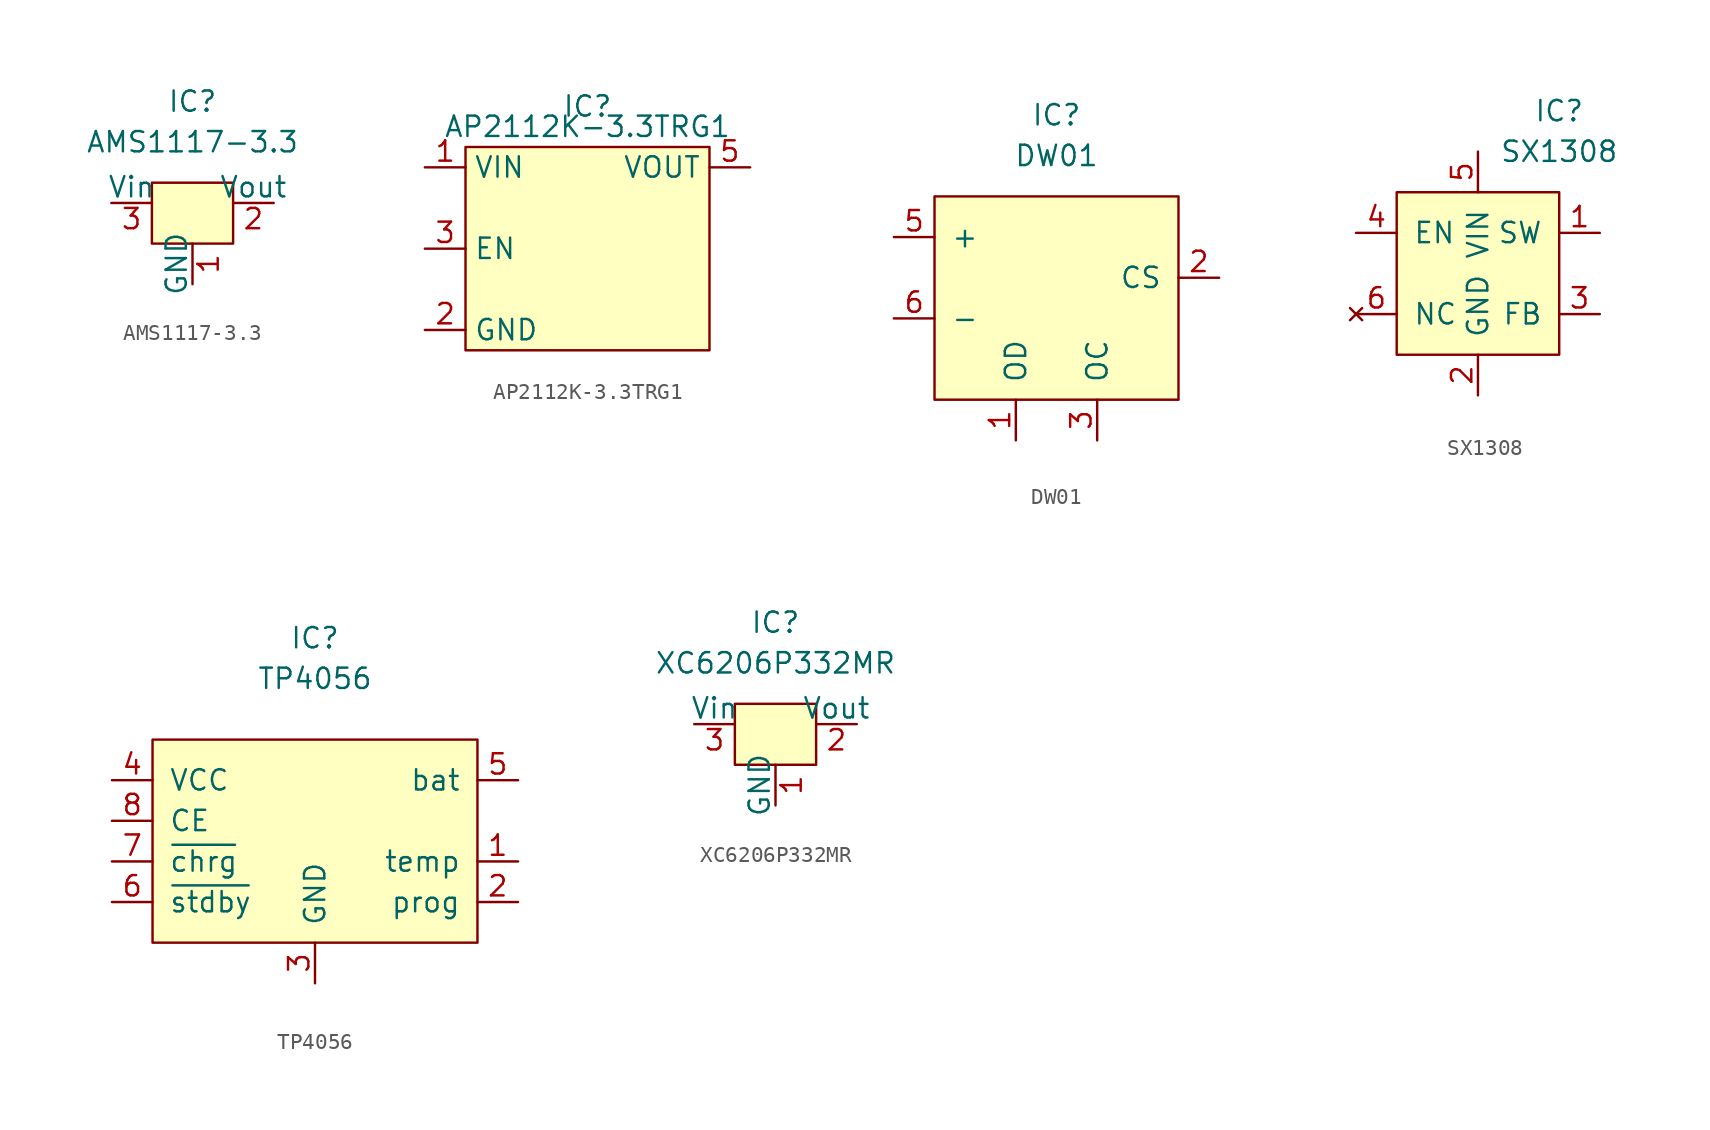
<source format=kicad_sym>
(kicad_symbol_lib
  (version 20220914)
  (generator kicad_symbol_editor)
  (symbol "AMS1117-3.3"
    (pin_names
      (offset 0))
    (property "Reference" "IC"
      (at 0 6.35 0)
      (effects (font (size 1.27 1.27))))
    (property "Value" "AMS1117-3.3"
      (at 0 3.81 0)
      (effects (font (size 1.27 1.27))))
    (symbol "AMS1117-3.3_0_1"
      (rectangle (start -2.54 1.27) (end 2.54 -2.54) (stroke (width 0) (type default)) (fill (type background))))
    (symbol "AMS1117-3.3_1_1"
      (pin power_in line (at 0 -5.08 90) (length 2.54) (name "GND" (effects (font (size 1.27 1.27)))) (number "1" (effects (font (size 1.27 1.27)))))
      (pin power_out line (at 5.08 0 180) (length 2.54) (name "Vout" (effects (font (size 1.27 1.27)))) (number "2" (effects (font (size 1.27 1.27)))))
      (pin power_in line (at -5.08 0 0) (length 2.54) (name "Vin" (effects (font (size 1.27 1.27)))) (number "3" (effects (font (size 1.27 1.27)))))))
  (symbol "AP2112K-3.3TRG1"
    (property "Reference" "IC"
      (at 0 8.89 0)
      (effects (font (size 1.27 1.27))))
    (property "Value" "AP2112K-3.3TRG1"
      (at 0 7.62 0)
      (effects (font (size 1.27 1.27))))
    (symbol "AP2112K-3.3TRG1_1_1"
      (rectangle (start -7.62 6.35) (end 7.62 -6.35) (stroke (width 0) (type default)) (fill (type background)))
      (pin power_in line (at -10.16 5.08 0) (length 2.54) (name "VIN" (effects (font (size 1.27 1.27)))) (number "1" (effects (font (size 1.27 1.27)))))
      (pin power_out line (at -10.16 -5.08 0) (length 2.54) (name "GND" (effects (font (size 1.27 1.27)))) (number "2" (effects (font (size 1.27 1.27)))))
      (pin input line (at -10.16 0 0) (length 2.54) (name "EN" (effects (font (size 1.27 1.27)))) (number "3" (effects (font (size 1.27 1.27)))))
      (pin input line (at 10.16 5.08 180) (length 2.54) (name "VOUT" (effects (font (size 1.27 1.27)))) (number "5" (effects (font (size 1.27 1.27)))))))
  (symbol "DW01"
    (pin_names
      (offset 1.016))
    (property "Reference" "IC"
      (at 0 10.16 0)
      (effects (font (size 1.27 1.27))))
    (property "Value" "DW01"
      (at 0 7.62 0)
      (effects (font (size 1.27 1.27))))
    (symbol "DW01_0_1"
      (rectangle (start -7.62 5.08) (end 7.62 -7.62) (stroke (width 0) (type default)) (fill (type background))))
    (symbol "DW01_1_1"
      (pin output line (at -2.54 -10.16 90) (length 2.54) (name "OD" (effects (font (size 1.27 1.27)))) (number "1" (effects (font (size 1.27 1.27)))))
      (pin input line (at 10.16 0 180) (length 2.54) (name "CS" (effects (font (size 1.27 1.27)))) (number "2" (effects (font (size 1.27 1.27)))))
      (pin output line (at 2.54 -10.16 90) (length 2.54) (name "OC" (effects (font (size 1.27 1.27)))) (number "3" (effects (font (size 1.27 1.27)))))
      (pin input line (at -10.16 -5.08 0) (length 2.54) hide (name "TD" (effects (font (size 1.27 1.27)))) (number "4" (effects (font (size 1.27 1.27)))))
      (pin power_in line (at -10.16 2.54 0) (length 2.54) (name "+" (effects (font (size 1.27 1.27)))) (number "5" (effects (font (size 1.27 1.27)))))
      (pin power_in line (at -10.16 -2.54 0) (length 2.54) (name "-" (effects (font (size 1.27 1.27)))) (number "6" (effects (font (size 1.27 1.27)))))))
  (symbol "SX1308"
    (pin_names
      (offset 1.016))
    (property "Reference" "IC"
      (at 5.08 10.16 0)
      (effects (font (size 1.27 1.27))))
    (property "Value" "SX1308"
      (at 5.08 7.62 0)
      (effects (font (size 1.27 1.27))))
    (symbol "SX1308_0_1"
      (rectangle (start -5.08 5.08) (end 5.08 -5.08) (stroke (width 0) (type default)) (fill (type background))))
    (symbol "SX1308_1_1"
      (pin output line (at 7.62 2.54 180) (length 2.54) (name "SW" (effects (font (size 1.27 1.27)))) (number "1" (effects (font (size 1.27 1.27)))))
      (pin power_out line (at 0 -7.62 90) (length 2.54) (name "GND" (effects (font (size 1.27 1.27)))) (number "2" (effects (font (size 1.27 1.27)))))
      (pin input line (at 7.62 -2.54 180) (length 2.54) (name "FB" (effects (font (size 1.27 1.27)))) (number "3" (effects (font (size 1.27 1.27)))))
      (pin input line (at -7.62 2.54 0) (length 2.54) (name "EN" (effects (font (size 1.27 1.27)))) (number "4" (effects (font (size 1.27 1.27)))))
      (pin power_in line (at 0 7.62 270) (length 2.54) (name "VIN" (effects (font (size 1.27 1.27)))) (number "5" (effects (font (size 1.27 1.27)))))
      (pin no_connect line (at -7.62 -2.54 0) (length 2.54) (name "NC" (effects (font (size 1.27 1.27)))) (number "6" (effects (font (size 1.27 1.27)))))))
  (symbol "TP4056"
    (pin_names
      (offset 1.016))
    (property "Reference" "IC"
      (at 0 11.43 0)
      (effects (font (size 1.27 1.27))))
    (property "Value" "TP4056"
      (at 0 8.89 0)
      (effects (font (size 1.27 1.27))))
    (symbol "TP4056_0_1"
      (rectangle (start -10.16 5.08) (end 10.16 -7.62) (stroke (width 0) (type default)) (fill (type background))))
    (symbol "TP4056_1_1"
      (pin power_out line (at 0 -10.16 90) (length 2.54) hide (name "GND" (effects (font (size 1.27 1.27)))) (number "0" (effects (font (size 1.27 1.27)))))
      (pin input line (at 12.7 -2.54 180) (length 2.54) (name "temp" (effects (font (size 1.27 1.27)))) (number "1" (effects (font (size 1.27 1.27)))))
      (pin input line (at 12.7 -5.08 180) (length 2.54) (name "prog" (effects (font (size 1.27 1.27)))) (number "2" (effects (font (size 1.27 1.27)))))
      (pin power_out line (at 0 -10.16 90) (length 2.54) (name "GND" (effects (font (size 1.27 1.27)))) (number "3" (effects (font (size 1.27 1.27)))))
      (pin power_in line (at -12.7 2.54 0) (length 2.54) (name "VCC" (effects (font (size 1.27 1.27)))) (number "4" (effects (font (size 1.27 1.27)))))
      (pin power_out line (at 12.7 2.54 180) (length 2.54) (name "bat" (effects (font (size 1.27 1.27)))) (number "5" (effects (font (size 1.27 1.27)))))
      (pin open_collector line (at -12.7 -5.08 0) (length 2.54) (name "~{stdby}" (effects (font (size 1.27 1.27)))) (number "6" (effects (font (size 1.27 1.27)))))
      (pin open_collector line (at -12.7 -2.54 0) (length 2.54) (name "~{chrg}" (effects (font (size 1.27 1.27)))) (number "7" (effects (font (size 1.27 1.27)))))
      (pin input line (at -12.7 0 0) (length 2.54) (name "CE" (effects (font (size 1.27 1.27)))) (number "8" (effects (font (size 1.27 1.27)))))))
  (symbol "XC6206P332MR"
    (pin_names
      (offset 0))
    (property "Reference" "IC"
      (at 0 6.35 0)
      (effects (font (size 1.27 1.27))))
    (property "Value" "XC6206P332MR"
      (at 0 3.81 0)
      (effects (font (size 1.27 1.27))))
    (symbol "XC6206P332MR_0_1"
      (rectangle (start -2.54 1.27) (end 2.54 -2.54) (stroke (width 0) (type default)) (fill (type background))))
    (symbol "XC6206P332MR_1_1"
      (pin power_in line (at 0 -5.08 90) (length 2.54) (name "GND" (effects (font (size 1.27 1.27)))) (number "1" (effects (font (size 1.27 1.27)))))
      (pin power_out line (at 5.08 0 180) (length 2.54) (name "Vout" (effects (font (size 1.27 1.27)))) (number "2" (effects (font (size 1.27 1.27)))))
      (pin power_in line (at -5.08 0 0) (length 2.54) (name "Vin" (effects (font (size 1.27 1.27)))) (number "3" (effects (font (size 1.27 1.27))))))))
</source>
